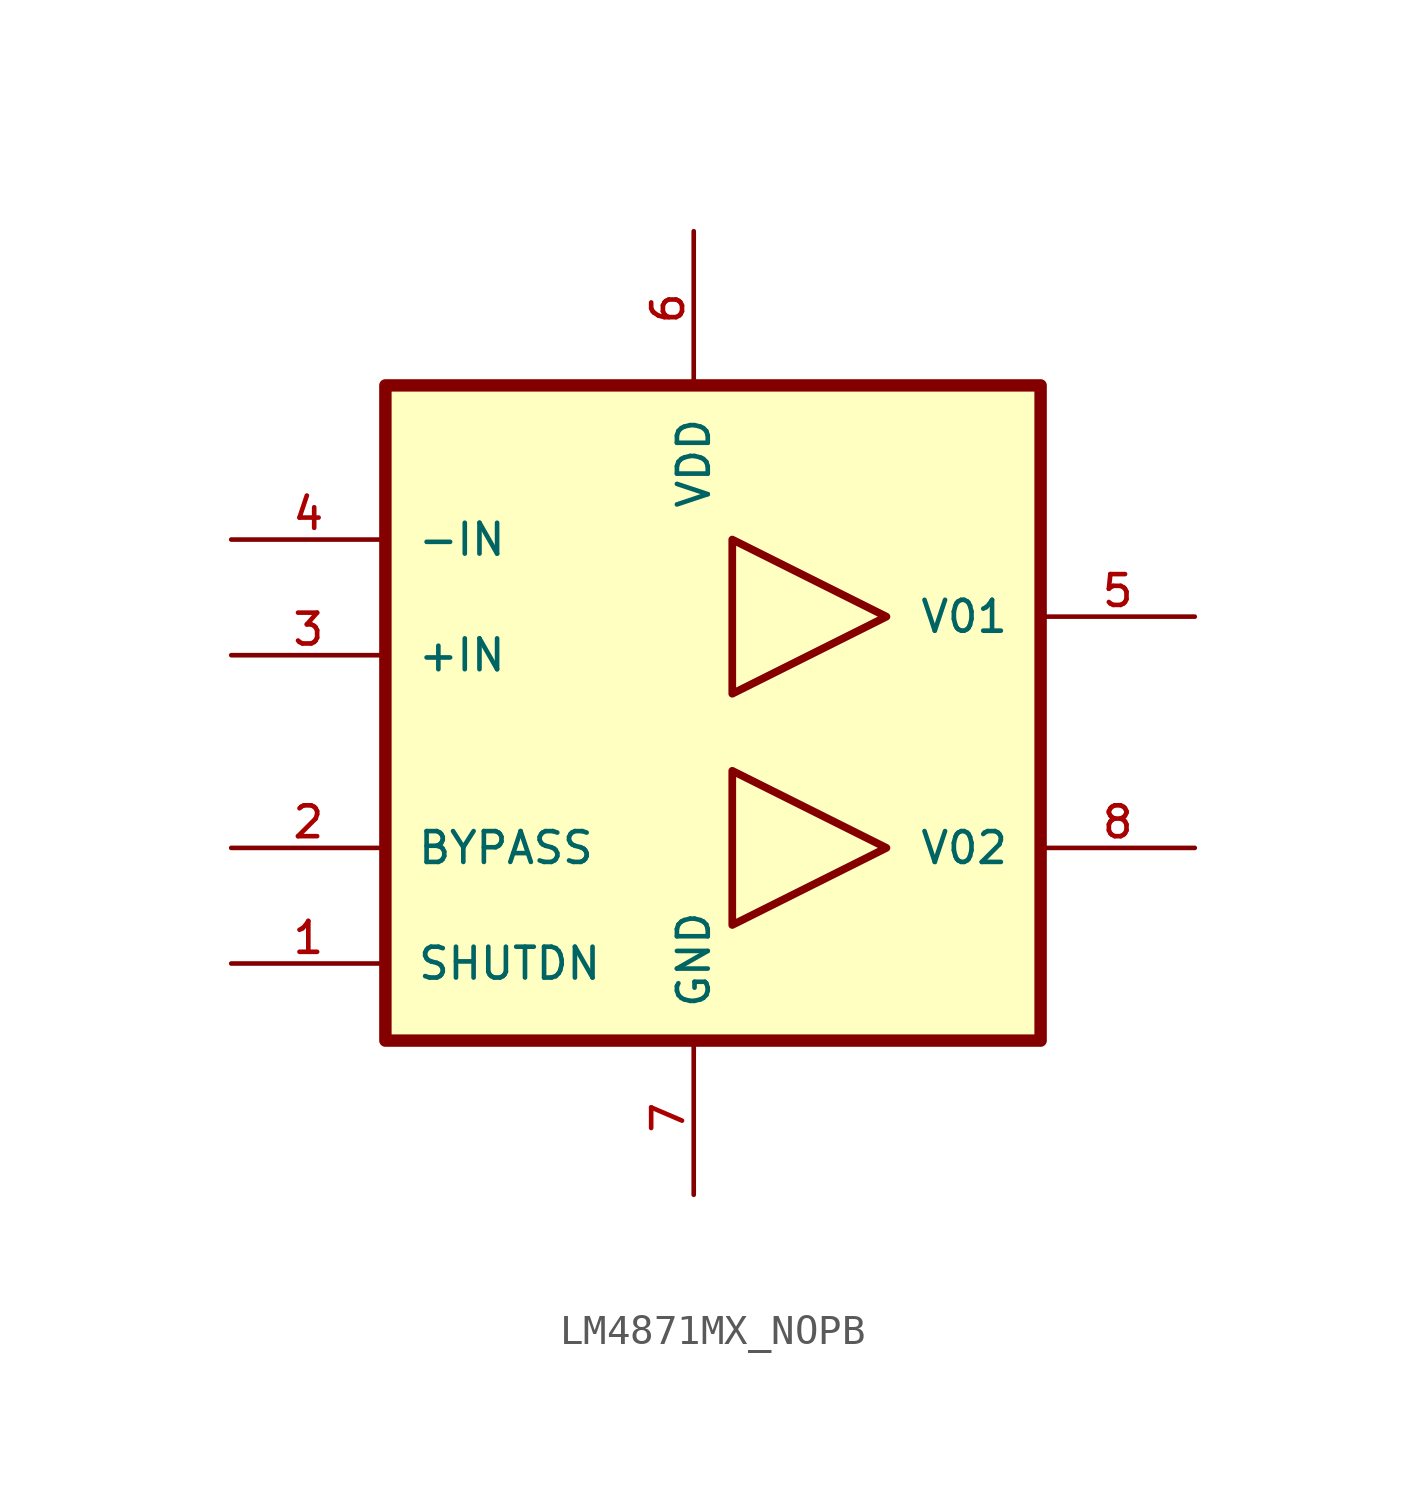
<source format=kicad_sym>
(kicad_symbol_lib
  (version 20241209)
  (generator "kicad_symbol_editor")
  (generator_version "9.0")
  (symbol "LM4871MX_NOPB"
    (pin_names
      (offset 1.016))
    (property "Reference" "U"
      (at -12.7 13.7 0)
      (effects (font (size 1.27 1.27)) (justify left bottom) (hide yes)))
    (symbol "LM4871MX_NOPB_0_0"
      (rectangle (start -10.16 11.43) (end 11.43 -10.16) (stroke (width 0.41) (type default)) (fill (type background)))
      (pin input line (at -15.24 6.35 0) (length 5.08) (name "-IN" (effects (font (size 1.016 1.016)))) (number "4" (effects (font (size 1.016 1.016)))))
      (pin input line (at -15.24 2.54 0) (length 5.08) (name "+IN" (effects (font (size 1.016 1.016)))) (number "3" (effects (font (size 1.016 1.016)))))
      (pin input line (at -15.24 -3.81 0) (length 5.08) (name "BYPASS" (effects (font (size 1.016 1.016)))) (number "2" (effects (font (size 1.016 1.016)))))
      (pin power_in line (at 0 16.51 270) (length 5.08) (name "VDD" (effects (font (size 1.016 1.016)))) (number "6" (effects (font (size 1.016 1.016)))))
      (pin power_in line (at 0 -15.24 90) (length 5.08) (name "GND" (effects (font (size 1.016 1.016)))) (number "7" (effects (font (size 1.016 1.016)))))
      (pin output line (at 16.51 3.81 180) (length 5.08) (name "V01" (effects (font (size 1.016 1.016)))) (number "5" (effects (font (size 1.016 1.016)))))
      (pin output line (at 16.51 -3.81 180) (length 5.08) (name "V02" (effects (font (size 1.016 1.016)))) (number "8" (effects (font (size 1.016 1.016))))))
    (symbol "LM4871MX_NOPB_1_0"
      (pin input line (at -15.24 -7.62 0) (length 5.08) (name "SHUTDN" (effects (font (size 1.016 1.016)))) (number "1" (effects (font (size 1.016 1.016))))))
    (symbol "LM4871MX_NOPB_1_1"
      (polyline (pts (xy 1.27 6.35) (xy 6.35 3.81) (xy 1.27 1.27) (xy 1.27 6.35) (xy 1.27 6.35)) (stroke (width 0.254) (type default)) (fill (type background)))
      (polyline (pts (xy 1.27 -1.27) (xy 6.35 -3.81) (xy 1.27 -6.35) (xy 1.27 -1.27) (xy 1.27 -1.27)) (stroke (width 0.254) (type default)) (fill (type background))))))
</source>
